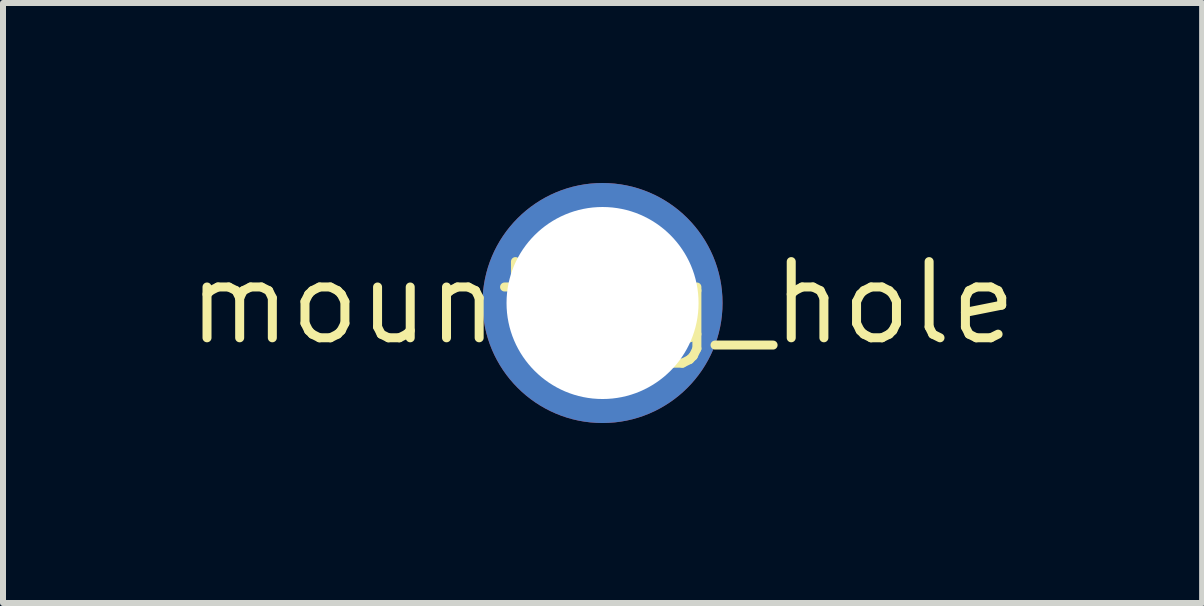
<source format=kicad_pcb>
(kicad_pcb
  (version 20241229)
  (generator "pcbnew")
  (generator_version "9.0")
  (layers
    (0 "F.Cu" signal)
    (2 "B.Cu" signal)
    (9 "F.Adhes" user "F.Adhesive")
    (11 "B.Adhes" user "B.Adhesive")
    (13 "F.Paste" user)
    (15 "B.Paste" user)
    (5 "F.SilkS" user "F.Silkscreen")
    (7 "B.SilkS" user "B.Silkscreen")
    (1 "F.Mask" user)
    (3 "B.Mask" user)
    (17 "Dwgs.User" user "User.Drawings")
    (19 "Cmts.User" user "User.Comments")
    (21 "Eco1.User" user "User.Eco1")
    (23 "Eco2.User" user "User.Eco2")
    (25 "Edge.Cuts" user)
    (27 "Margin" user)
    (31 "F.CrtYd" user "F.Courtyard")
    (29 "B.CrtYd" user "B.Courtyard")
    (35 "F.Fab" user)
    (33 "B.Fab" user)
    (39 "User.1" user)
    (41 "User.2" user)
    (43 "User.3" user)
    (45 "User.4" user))
  (footprint "mounting_hole"
    (layer "F.Cu")
    (at 6.992 2)
    (property "Reference" "mounting_hole" (at 0 0 0) (layer "F.SilkS") (effects (font (size 1.27 1.27) (thickness 0.15))))
    (attr through_hole)
    (pad "" thru_hole circle (at 0 0) (size 4 4) (drill 3.2) (layers "*.Cu" "*.Mask")))
  (gr_rect
    (start -3 -3)
    (end 16.985 7)
    (stroke (width 0.1) (type default))
    (fill no)
    (layer "Edge.Cuts")))
</source>
